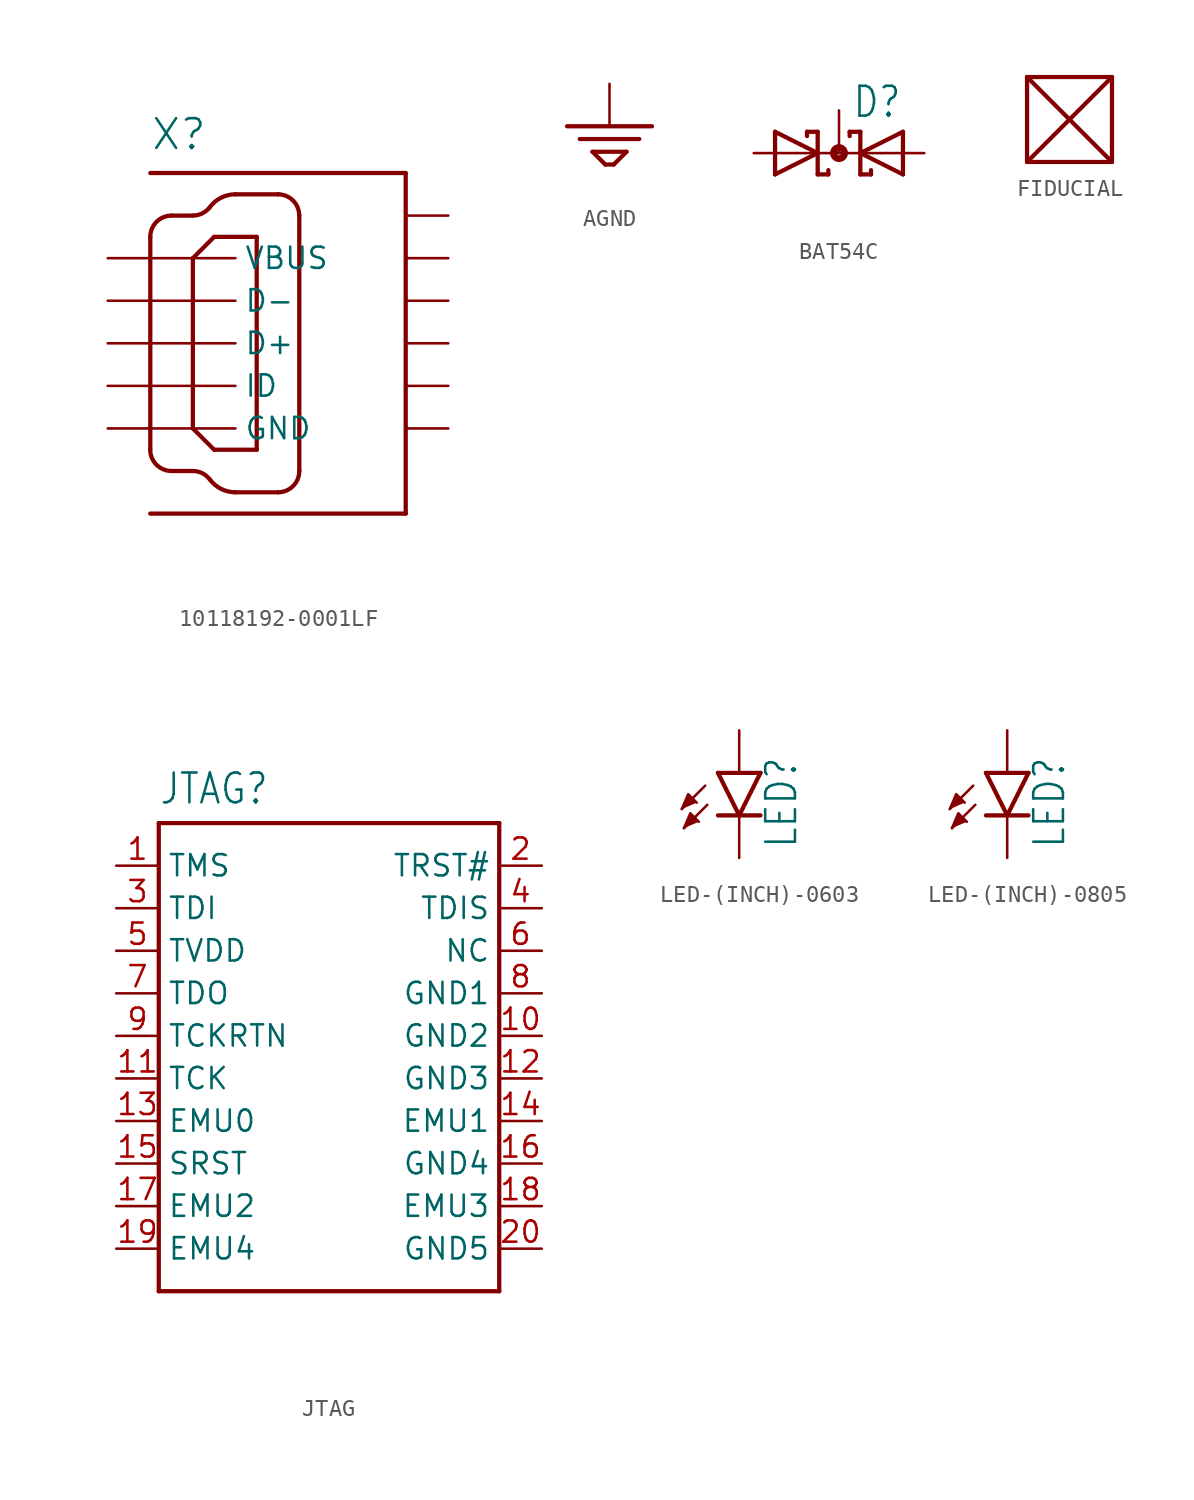
<source format=kicad_sym>
(kicad_symbol_lib
  (version 20231120)
  (generator "kicad_symbol_editor")
  (generator_version "8.0")
  (symbol "10118192-0001LF"
    (property "Reference" "X"
      (at -5.08 11.43 0)
      (effects (font (size 1.778 1.778)) (justify left bottom)))
    (property "Value" ""
      (at -7.62 -12.7 0)
      (effects (font (size 1.778 1.778)) (justify left bottom)))
    (property "ki_locked" ""
      (at 0 0 0)
      (effects (font (size 1.27 1.27))))
    (symbol "10118192-0001LF_1_0"
      (arc (start -5.08 -6.35) (mid -4.708 -7.248) (end -3.81 -7.62) (stroke (width 0.254) (type solid)) (fill (type none)))
      (arc (start -3.81 7.62) (mid -4.708 7.248) (end -5.08 6.35) (stroke (width 0.254) (type solid)) (fill (type none)))
      (arc (start -2.54 7.62) (mid -1.972 7.7541) (end -1.524 8.128) (stroke (width 0.254) (type solid)) (fill (type none)))
      (arc (start -1.524 -8.128) (mid -1.972 -7.7541) (end -2.54 -7.62) (stroke (width 0.254) (type solid)) (fill (type none)))
      (arc (start -1.524 -8.128) (mid -0.8519 -8.6889) (end 0.0001 -8.89) (stroke (width 0.254) (type solid)) (fill (type none)))
      (polyline (pts (xy -5.08 6.35) (xy -5.08 -6.35)) (stroke (width 0.254) (type solid)) (fill (type none)))
      (polyline (pts (xy -5.08 10.16) (xy 10.16 10.16)) (stroke (width 0.254) (type solid)) (fill (type none)))
      (polyline (pts (xy -3.81 -7.62) (xy -2.54 -7.62)) (stroke (width 0.254) (type solid)) (fill (type none)))
      (polyline (pts (xy -3.81 7.62) (xy -2.54 7.62)) (stroke (width 0.254) (type solid)) (fill (type none)))
      (polyline (pts (xy -2.54 -5.08) (xy -1.27 -6.35)) (stroke (width 0.254) (type solid)) (fill (type none)))
      (polyline (pts (xy -2.54 5.08) (xy -2.54 -5.08)) (stroke (width 0.254) (type solid)) (fill (type none)))
      (polyline (pts (xy -1.27 -6.35) (xy 1.27 -6.35)) (stroke (width 0.254) (type solid)) (fill (type none)))
      (polyline (pts (xy -1.27 6.35) (xy -2.54 5.08)) (stroke (width 0.254) (type solid)) (fill (type none)))
      (polyline (pts (xy 0 -8.89) (xy 2.54 -8.89)) (stroke (width 0.254) (type solid)) (fill (type none)))
      (polyline (pts (xy 0 8.89) (xy 2.54 8.89)) (stroke (width 0.254) (type solid)) (fill (type none)))
      (polyline (pts (xy 1.27 -6.35) (xy 1.27 6.35)) (stroke (width 0.254) (type solid)) (fill (type none)))
      (polyline (pts (xy 1.27 6.35) (xy -1.27 6.35)) (stroke (width 0.254) (type solid)) (fill (type none)))
      (polyline (pts (xy 3.81 -7.62) (xy 3.81 7.62)) (stroke (width 0.254) (type solid)) (fill (type none)))
      (polyline (pts (xy 10.16 -10.16) (xy -5.08 -10.16)) (stroke (width 0.254) (type solid)) (fill (type none)))
      (polyline (pts (xy 10.16 10.16) (xy 10.16 -10.16)) (stroke (width 0.254) (type solid)) (fill (type none)))
      (arc (start 0.0001 8.89) (mid -0.8519 8.6889) (end -1.524 8.128) (stroke (width 0.254) (type solid)) (fill (type none)))
      (arc (start 2.54 -8.89) (mid 3.438 -8.518) (end 3.81 -7.62) (stroke (width 0.254) (type solid)) (fill (type none)))
      (arc (start 3.81 7.62) (mid 3.438 8.518) (end 2.54 8.89) (stroke (width 0.254) (type solid)) (fill (type none)))
      (pin bidirectional line (at 12.7 -5.08 180) (length 2.54) (name "SGND1" (effects (font (size 0 0)))) (number "CGND1" (effects (font (size 0 0)))))
      (pin bidirectional line (at 12.7 -2.54 180) (length 2.54) (name "SGND2" (effects (font (size 0 0)))) (number "CGND2" (effects (font (size 0 0)))))
      (pin bidirectional line (at 12.7 0 180) (length 2.54) (name "SGND3" (effects (font (size 0 0)))) (number "CGND3" (effects (font (size 0 0)))))
      (pin bidirectional line (at 12.7 2.54 180) (length 2.54) (name "SGND4" (effects (font (size 0 0)))) (number "CGND4" (effects (font (size 0 0)))))
      (pin bidirectional line (at 12.7 5.08 180) (length 2.54) (name "SGND5" (effects (font (size 0 0)))) (number "CGND5" (effects (font (size 0 0)))))
      (pin bidirectional line (at 12.7 7.62 180) (length 2.54) (name "SGND6" (effects (font (size 0 0)))) (number "CGND6" (effects (font (size 0 0)))))
      (pin input line (at -7.62 0 0) (length 7.62) (name "D+" (effects (font (size 1.27 1.27)))) (number "D+" (effects (font (size 0 0)))))
      (pin input line (at -7.62 2.54 0) (length 7.62) (name "D-" (effects (font (size 1.27 1.27)))) (number "D-" (effects (font (size 0 0)))))
      (pin input line (at -7.62 -5.08 0) (length 7.62) (name "GND" (effects (font (size 1.27 1.27)))) (number "GND" (effects (font (size 0 0)))))
      (pin input line (at -7.62 -2.54 0) (length 7.62) (name "ID" (effects (font (size 1.27 1.27)))) (number "ID" (effects (font (size 0 0)))))
      (pin input line (at -7.62 5.08 0) (length 7.62) (name "VBUS" (effects (font (size 1.27 1.27)))) (number "VBUS" (effects (font (size 0 0)))))))
  (symbol "AGND"
    (power)
    (property "Reference" "#SUPPLY"
      (at 0 0 0)
      (effects (font (size 1.27 1.27)) (hide yes)))
    (property "Value" ""
      (at 0 -3.556 0)
      (effects (font (size 1.778 1.511))))
    (property "ki_locked" ""
      (at 0 0 0)
      (effects (font (size 1.27 1.27))))
    (symbol "AGND_1_0"
      (polyline (pts (xy -2.54 0) (xy 2.54 0)) (stroke (width 0.254) (type solid)) (fill (type none)))
      (polyline (pts (xy -1.778 -0.762) (xy 1.778 -0.762)) (stroke (width 0.254) (type solid)) (fill (type none)))
      (polyline (pts (xy -1.016 -1.524) (xy 1.016 -1.524)) (stroke (width 0.254) (type solid)) (fill (type none)))
      (polyline (pts (xy -0.254 -2.286) (xy -1.016 -1.524)) (stroke (width 0.254) (type solid)) (fill (type none)))
      (polyline (pts (xy -0.254 -2.286) (xy 0.254 -2.286)) (stroke (width 0.254) (type solid)) (fill (type none)))
      (polyline (pts (xy 0.254 -2.286) (xy 1.016 -1.524)) (stroke (width 0.254) (type solid)) (fill (type none)))
      (pin power_in line (at 0 2.54 270) (length 2.54) (name "AGND" (effects (font (size 0 0)))) (number "1" (effects (font (size 0 0)))))))
  (symbol "BAT54C"
    (property "Reference" "D"
      (at 0.762 2.007 0)
      (effects (font (size 1.778 1.511)) (justify left bottom)))
    (property "Value" ""
      (at -4.318 -3.962 0)
      (effects (font (size 1.778 1.511)) (justify left bottom)))
    (property "ki_locked" ""
      (at 0 0 0)
      (effects (font (size 1.27 1.27))))
    (symbol "BAT54C_1_0"
      (polyline (pts (xy -3.81 -1.27) (xy -3.81 1.27)) (stroke (width 0.254) (type solid)) (fill (type none)))
      (polyline (pts (xy -3.81 1.27) (xy -1.27 0)) (stroke (width 0.254) (type solid)) (fill (type none)))
      (polyline (pts (xy -2.54 0) (xy -1.27 0)) (stroke (width 0.152) (type solid)) (fill (type none)))
      (polyline (pts (xy -1.905 1.016) (xy -1.905 1.27)) (stroke (width 0.254) (type solid)) (fill (type none)))
      (polyline (pts (xy -1.27 -1.27) (xy -1.27 0)) (stroke (width 0.254) (type solid)) (fill (type none)))
      (polyline (pts (xy -1.27 0) (xy -3.81 -1.27)) (stroke (width 0.254) (type solid)) (fill (type none)))
      (polyline (pts (xy -1.27 0) (xy -1.27 1.27)) (stroke (width 0.254) (type solid)) (fill (type none)))
      (polyline (pts (xy -1.27 0) (xy 1.27 0)) (stroke (width 0.152) (type solid)) (fill (type none)))
      (polyline (pts (xy -1.27 1.27) (xy -1.905 1.27)) (stroke (width 0.254) (type solid)) (fill (type none)))
      (polyline (pts (xy -0.635 -1.27) (xy -1.27 -1.27)) (stroke (width 0.254) (type solid)) (fill (type none)))
      (polyline (pts (xy -0.635 -1.016) (xy -0.635 -1.27)) (stroke (width 0.254) (type solid)) (fill (type none)))
      (polyline (pts (xy 0.635 1.016) (xy 0.635 1.27)) (stroke (width 0.254) (type solid)) (fill (type none)))
      (polyline (pts (xy 1.27 -1.27) (xy 1.27 0)) (stroke (width 0.254) (type solid)) (fill (type none)))
      (polyline (pts (xy 1.27 0) (xy 1.27 1.27)) (stroke (width 0.254) (type solid)) (fill (type none)))
      (polyline (pts (xy 1.27 0) (xy 3.81 1.27)) (stroke (width 0.254) (type solid)) (fill (type none)))
      (polyline (pts (xy 1.27 1.27) (xy 0.635 1.27)) (stroke (width 0.254) (type solid)) (fill (type none)))
      (polyline (pts (xy 1.905 -1.27) (xy 1.27 -1.27)) (stroke (width 0.254) (type solid)) (fill (type none)))
      (polyline (pts (xy 1.905 -1.016) (xy 1.905 -1.27)) (stroke (width 0.254) (type solid)) (fill (type none)))
      (polyline (pts (xy 2.54 0) (xy 1.27 0)) (stroke (width 0.152) (type solid)) (fill (type none)))
      (polyline (pts (xy 3.81 -1.27) (xy 1.27 0)) (stroke (width 0.254) (type solid)) (fill (type none)))
      (polyline (pts (xy 3.81 1.27) (xy 3.81 -1.27)) (stroke (width 0.254) (type solid)) (fill (type none)))
      (circle (center 0 0) (radius 0.127) (stroke (width 0.406) (type solid)) (fill (type none)))
      (pin passive line (at -5.08 0 0) (length 2.54) (name "A1" (effects (font (size 0 0)))) (number "1" (effects (font (size 0 0)))))
      (pin passive line (at 5.08 0 180) (length 2.54) (name "A2" (effects (font (size 0 0)))) (number "2" (effects (font (size 0 0)))))
      (pin passive line (at 0 2.54 270) (length 2.54) (name "CC" (effects (font (size 0 0)))) (number "3" (effects (font (size 0 0)))))))
  (symbol "FIDUCIAL"
    (property "Reference" "FUD"
      (at 0 0 0)
      (effects (font (size 1.27 1.27)) (hide yes)))
    (property "ki_locked" ""
      (at 0 0 0)
      (effects (font (size 1.27 1.27))))
    (symbol "FIDUCIAL_1_0"
      (polyline (pts (xy -2.54 -2.54) (xy -2.54 2.54)) (stroke (width 0.254) (type solid)) (fill (type none)))
      (polyline (pts (xy -2.54 -2.54) (xy 2.54 2.54)) (stroke (width 0.254) (type solid)) (fill (type none)))
      (polyline (pts (xy -2.54 2.54) (xy 2.54 -2.54)) (stroke (width 0.254) (type solid)) (fill (type none)))
      (polyline (pts (xy -2.54 2.54) (xy 2.54 2.54)) (stroke (width 0.254) (type solid)) (fill (type none)))
      (polyline (pts (xy 2.54 -2.54) (xy -2.54 -2.54)) (stroke (width 0.254) (type solid)) (fill (type none)))
      (polyline (pts (xy 2.54 2.54) (xy 2.54 -2.54)) (stroke (width 0.254) (type solid)) (fill (type none)))
      (pin no_connect line (at 0 0 0) (length 0) (name "P$1" (effects (font (size 0 0)))) (number "P$1" (effects (font (size 0 0)))))))
  (symbol "JTAG"
    (property "Reference" "JTAG"
      (at -10.16 16.256 0)
      (effects (font (size 1.778 1.511)) (justify left bottom)))
    (property "Value" ""
      (at -10.16 -15.24 0)
      (effects (font (size 1.778 1.511)) (justify left bottom)))
    (property "ki_locked" ""
      (at 0 0 0)
      (effects (font (size 1.27 1.27))))
    (symbol "JTAG_1_0"
      (polyline (pts (xy -10.16 -12.7) (xy 10.16 -12.7)) (stroke (width 0.254) (type solid)) (fill (type none)))
      (polyline (pts (xy -10.16 15.24) (xy -10.16 -12.7)) (stroke (width 0.254) (type solid)) (fill (type none)))
      (polyline (pts (xy 10.16 -12.7) (xy 10.16 15.24)) (stroke (width 0.254) (type solid)) (fill (type none)))
      (polyline (pts (xy 10.16 15.24) (xy -10.16 15.24)) (stroke (width 0.254) (type solid)) (fill (type none)))
      (pin bidirectional line (at -12.7 12.7 0) (length 2.54) (name "TMS" (effects (font (size 1.27 1.27)))) (number "1" (effects (font (size 1.27 1.27)))))
      (pin bidirectional line (at 12.7 2.54 180) (length 2.54) (name "GND2" (effects (font (size 1.27 1.27)))) (number "10" (effects (font (size 1.27 1.27)))))
      (pin bidirectional line (at -12.7 0 0) (length 2.54) (name "TCK" (effects (font (size 1.27 1.27)))) (number "11" (effects (font (size 1.27 1.27)))))
      (pin bidirectional line (at 12.7 0 180) (length 2.54) (name "GND3" (effects (font (size 1.27 1.27)))) (number "12" (effects (font (size 1.27 1.27)))))
      (pin bidirectional line (at -12.7 -2.54 0) (length 2.54) (name "EMU0" (effects (font (size 1.27 1.27)))) (number "13" (effects (font (size 1.27 1.27)))))
      (pin bidirectional line (at 12.7 -2.54 180) (length 2.54) (name "EMU1" (effects (font (size 1.27 1.27)))) (number "14" (effects (font (size 1.27 1.27)))))
      (pin bidirectional line (at -12.7 -5.08 0) (length 2.54) (name "SRST" (effects (font (size 1.27 1.27)))) (number "15" (effects (font (size 1.27 1.27)))))
      (pin bidirectional line (at 12.7 -5.08 180) (length 2.54) (name "GND4" (effects (font (size 1.27 1.27)))) (number "16" (effects (font (size 1.27 1.27)))))
      (pin bidirectional line (at -12.7 -7.62 0) (length 2.54) (name "EMU2" (effects (font (size 1.27 1.27)))) (number "17" (effects (font (size 1.27 1.27)))))
      (pin bidirectional line (at 12.7 -7.62 180) (length 2.54) (name "EMU3" (effects (font (size 1.27 1.27)))) (number "18" (effects (font (size 1.27 1.27)))))
      (pin bidirectional line (at -12.7 -10.16 0) (length 2.54) (name "EMU4" (effects (font (size 1.27 1.27)))) (number "19" (effects (font (size 1.27 1.27)))))
      (pin bidirectional line (at 12.7 12.7 180) (length 2.54) (name "TRST#" (effects (font (size 1.27 1.27)))) (number "2" (effects (font (size 1.27 1.27)))))
      (pin bidirectional line (at 12.7 -10.16 180) (length 2.54) (name "GND5" (effects (font (size 1.27 1.27)))) (number "20" (effects (font (size 1.27 1.27)))))
      (pin bidirectional line (at -12.7 10.16 0) (length 2.54) (name "TDI" (effects (font (size 1.27 1.27)))) (number "3" (effects (font (size 1.27 1.27)))))
      (pin bidirectional line (at 12.7 10.16 180) (length 2.54) (name "TDIS" (effects (font (size 1.27 1.27)))) (number "4" (effects (font (size 1.27 1.27)))))
      (pin bidirectional line (at -12.7 7.62 0) (length 2.54) (name "TVDD" (effects (font (size 1.27 1.27)))) (number "5" (effects (font (size 1.27 1.27)))))
      (pin bidirectional line (at 12.7 7.62 180) (length 2.54) (name "NC" (effects (font (size 1.27 1.27)))) (number "6" (effects (font (size 1.27 1.27)))))
      (pin bidirectional line (at -12.7 5.08 0) (length 2.54) (name "TDO" (effects (font (size 1.27 1.27)))) (number "7" (effects (font (size 1.27 1.27)))))
      (pin bidirectional line (at 12.7 5.08 180) (length 2.54) (name "GND1" (effects (font (size 1.27 1.27)))) (number "8" (effects (font (size 1.27 1.27)))))
      (pin bidirectional line (at -12.7 2.54 0) (length 2.54) (name "TCKRTN" (effects (font (size 1.27 1.27)))) (number "9" (effects (font (size 1.27 1.27)))))))
  (symbol "LED-(INCH)-0603"
    (property "Reference" "LED"
      (at 3.556 -4.572 90)
      (effects (font (size 1.778 1.511)) (justify left bottom)))
    (property "Value" ""
      (at 5.715 -4.572 90)
      (effects (font (size 1.778 1.511)) (justify left bottom)))
    (property "ki_locked" ""
      (at 0 0 0)
      (effects (font (size 1.27 1.27))))
    (symbol "LED-(INCH)-0603_1_0"
      (polyline (pts (xy -2.032 -0.762) (xy -3.429 -2.159)) (stroke (width 0.152) (type solid)) (fill (type none)))
      (polyline (pts (xy -1.905 -1.905) (xy -3.302 -3.302)) (stroke (width 0.152) (type solid)) (fill (type none)))
      (polyline (pts (xy 0 -2.54) (xy -1.27 -2.54)) (stroke (width 0.254) (type solid)) (fill (type none)))
      (polyline (pts (xy 0 -2.54) (xy -1.27 0)) (stroke (width 0.254) (type solid)) (fill (type none)))
      (polyline (pts (xy 0 0) (xy -1.27 0)) (stroke (width 0.254) (type solid)) (fill (type none)))
      (polyline (pts (xy 1.27 -2.54) (xy 0 -2.54)) (stroke (width 0.254) (type solid)) (fill (type none)))
      (polyline (pts (xy 1.27 0) (xy 0 -2.54)) (stroke (width 0.254) (type solid)) (fill (type none)))
      (polyline (pts (xy 1.27 0) (xy 0 0)) (stroke (width 0.254) (type solid)) (fill (type none)))
      (polyline (pts (xy -3.429 -2.159) (xy -3.048 -1.27) (xy -2.54 -1.778)) (stroke (width 0.152) (type solid)) (fill (type outline)))
      (polyline (pts (xy -3.302 -3.302) (xy -2.921 -2.413) (xy -2.413 -2.921)) (stroke (width 0.152) (type solid)) (fill (type outline)))
      (pin passive line (at 0 2.54 270) (length 2.54) (name "A" (effects (font (size 0 0)))) (number "A" (effects (font (size 0 0)))))
      (pin passive line (at 0 -5.08 90) (length 2.54) (name "K" (effects (font (size 0 0)))) (number "K" (effects (font (size 0 0)))))))
  (symbol "LED-(INCH)-0805"
    (property "Reference" "LED"
      (at 3.556 -4.572 90)
      (effects (font (size 1.778 1.511)) (justify left bottom)))
    (property "Value" ""
      (at 5.715 -4.572 90)
      (effects (font (size 1.778 1.511)) (justify left bottom)))
    (property "ki_locked" ""
      (at 0 0 0)
      (effects (font (size 1.27 1.27))))
    (symbol "LED-(INCH)-0805_1_0"
      (polyline (pts (xy -2.032 -0.762) (xy -3.429 -2.159)) (stroke (width 0.152) (type solid)) (fill (type none)))
      (polyline (pts (xy -1.905 -1.905) (xy -3.302 -3.302)) (stroke (width 0.152) (type solid)) (fill (type none)))
      (polyline (pts (xy 0 -2.54) (xy -1.27 -2.54)) (stroke (width 0.254) (type solid)) (fill (type none)))
      (polyline (pts (xy 0 -2.54) (xy -1.27 0)) (stroke (width 0.254) (type solid)) (fill (type none)))
      (polyline (pts (xy 0 0) (xy -1.27 0)) (stroke (width 0.254) (type solid)) (fill (type none)))
      (polyline (pts (xy 1.27 -2.54) (xy 0 -2.54)) (stroke (width 0.254) (type solid)) (fill (type none)))
      (polyline (pts (xy 1.27 0) (xy 0 -2.54)) (stroke (width 0.254) (type solid)) (fill (type none)))
      (polyline (pts (xy 1.27 0) (xy 0 0)) (stroke (width 0.254) (type solid)) (fill (type none)))
      (polyline (pts (xy -3.429 -2.159) (xy -3.048 -1.27) (xy -2.54 -1.778)) (stroke (width 0.152) (type solid)) (fill (type outline)))
      (polyline (pts (xy -3.302 -3.302) (xy -2.921 -2.413) (xy -2.413 -2.921)) (stroke (width 0.152) (type solid)) (fill (type outline)))
      (pin passive line (at 0 2.54 270) (length 2.54) (name "A" (effects (font (size 0 0)))) (number "A" (effects (font (size 0 0)))))
      (pin passive line (at 0 -5.08 90) (length 2.54) (name "K" (effects (font (size 0 0)))) (number "K" (effects (font (size 0 0))))))))
</source>
